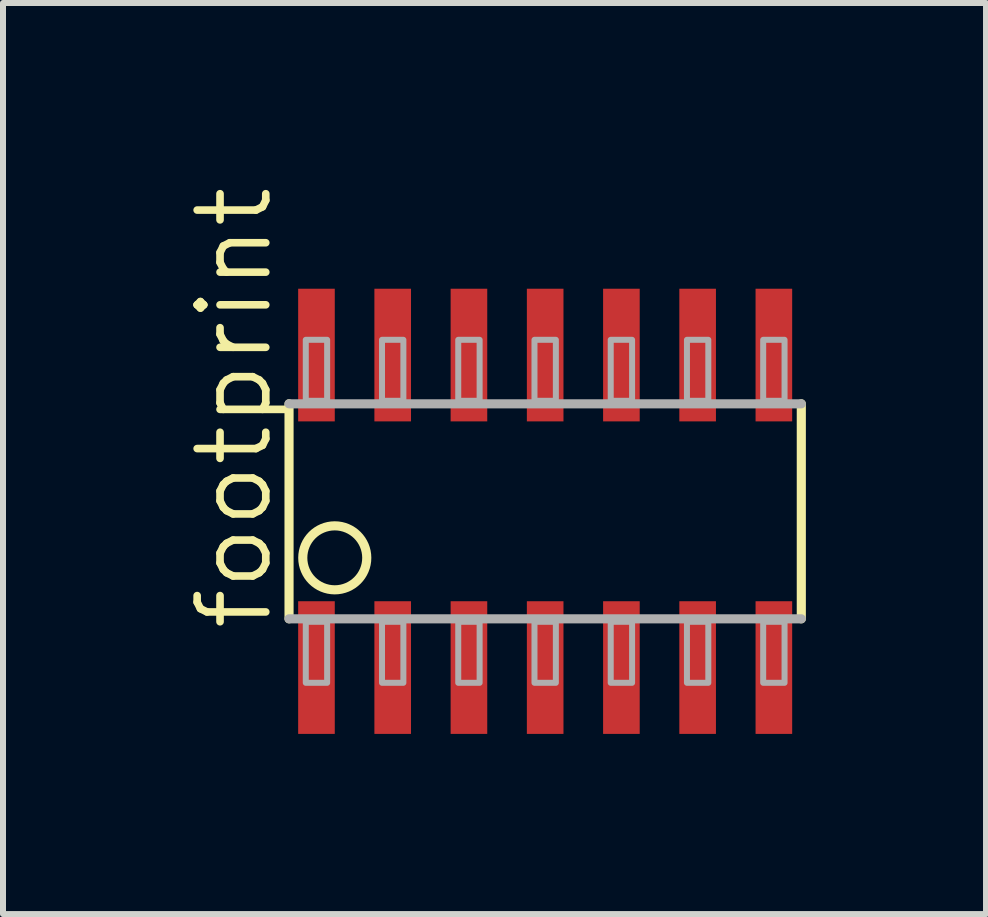
<source format=kicad_pcb>
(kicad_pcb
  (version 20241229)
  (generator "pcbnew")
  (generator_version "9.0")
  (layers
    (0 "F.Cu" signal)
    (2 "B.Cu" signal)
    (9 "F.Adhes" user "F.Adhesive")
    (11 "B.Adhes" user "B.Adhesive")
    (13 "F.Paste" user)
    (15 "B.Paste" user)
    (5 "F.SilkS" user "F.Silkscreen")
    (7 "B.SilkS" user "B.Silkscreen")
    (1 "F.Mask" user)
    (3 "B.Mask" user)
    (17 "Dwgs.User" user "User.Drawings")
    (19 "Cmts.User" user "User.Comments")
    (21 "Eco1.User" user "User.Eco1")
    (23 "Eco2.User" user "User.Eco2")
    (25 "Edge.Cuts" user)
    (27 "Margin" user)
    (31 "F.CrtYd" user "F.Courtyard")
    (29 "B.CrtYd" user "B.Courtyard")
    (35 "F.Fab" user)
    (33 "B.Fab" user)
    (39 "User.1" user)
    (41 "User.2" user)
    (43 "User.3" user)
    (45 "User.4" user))
  (footprint "footprint"
    (layer "F.Cu")
    (at 6.032 5.468)
    (property "Reference" "footprint" (at -4.508 2.032 90) (layer "F.SilkS") (effects (font (size 1.143 1.143) (thickness 0.127)) (justify left bottom)))
    (fp_line (start -4.267 -1.791) (end -4.267 1.791) (stroke (width 0.152) (type solid)) (layer "F.SilkS"))
    (fp_line (start 4.267 1.791) (end 4.267 -1.791) (stroke (width 0.152) (type solid)) (layer "F.SilkS"))
    (fp_circle (center -3.505 0.775) (end -2.972 0.775) (stroke (width 0.152) (type solid)) (fill no) (layer "F.SilkS"))
    (fp_line (start -4.267 1.791) (end 4.267 1.791) (stroke (width 0.152) (type solid)) (layer "F.Fab"))
    (fp_line (start 4.267 -1.791) (end -4.267 -1.791) (stroke (width 0.152) (type solid)) (layer "F.Fab"))
    (fp_poly (pts (xy -3.988 -1.841) (xy -3.632 -1.841) (xy -3.632 -2.857) (xy -3.988 -2.857)) (stroke (width 0.1) (type solid)) (fill no) (layer "F.Fab"))
    (fp_poly (pts (xy -3.988 2.857) (xy -3.632 2.857) (xy -3.632 1.841) (xy -3.988 1.841)) (stroke (width 0.1) (type solid)) (fill no) (layer "F.Fab"))
    (fp_poly (pts (xy -2.718 -1.841) (xy -2.362 -1.841) (xy -2.362 -2.857) (xy -2.718 -2.857)) (stroke (width 0.1) (type solid)) (fill no) (layer "F.Fab"))
    (fp_poly (pts (xy -2.718 2.857) (xy -2.362 2.857) (xy -2.362 1.841) (xy -2.718 1.841)) (stroke (width 0.1) (type solid)) (fill no) (layer "F.Fab"))
    (fp_poly (pts (xy -1.448 -1.841) (xy -1.092 -1.841) (xy -1.092 -2.857) (xy -1.448 -2.857)) (stroke (width 0.1) (type solid)) (fill no) (layer "F.Fab"))
    (fp_poly (pts (xy -1.448 2.857) (xy -1.092 2.857) (xy -1.092 1.841) (xy -1.448 1.841)) (stroke (width 0.1) (type solid)) (fill no) (layer "F.Fab"))
    (fp_poly (pts (xy -0.178 -1.841) (xy 0.178 -1.841) (xy 0.178 -2.857) (xy -0.178 -2.857)) (stroke (width 0.1) (type solid)) (fill no) (layer "F.Fab"))
    (fp_poly (pts (xy -0.178 2.857) (xy 0.178 2.857) (xy 0.178 1.841) (xy -0.178 1.841)) (stroke (width 0.1) (type solid)) (fill no) (layer "F.Fab"))
    (fp_poly (pts (xy 1.092 -1.841) (xy 1.448 -1.841) (xy 1.448 -2.857) (xy 1.092 -2.857)) (stroke (width 0.1) (type solid)) (fill no) (layer "F.Fab"))
    (fp_poly (pts (xy 1.092 2.857) (xy 1.448 2.857) (xy 1.448 1.841) (xy 1.092 1.841)) (stroke (width 0.1) (type solid)) (fill no) (layer "F.Fab"))
    (fp_poly (pts (xy 2.362 -1.841) (xy 2.718 -1.841) (xy 2.718 -2.857) (xy 2.362 -2.857)) (stroke (width 0.1) (type solid)) (fill no) (layer "F.Fab"))
    (fp_poly (pts (xy 2.362 2.857) (xy 2.718 2.857) (xy 2.718 1.841) (xy 2.362 1.841)) (stroke (width 0.1) (type solid)) (fill no) (layer "F.Fab"))
    (fp_poly (pts (xy 3.632 -1.841) (xy 3.988 -1.841) (xy 3.988 -2.857) (xy 3.632 -2.857)) (stroke (width 0.1) (type solid)) (fill no) (layer "F.Fab"))
    (fp_poly (pts (xy 3.632 2.857) (xy 3.988 2.857) (xy 3.988 1.841) (xy 3.632 1.841)) (stroke (width 0.1) (type solid)) (fill no) (layer "F.Fab"))
    (pad "1" smd rect (at -3.81 2.603) (size 0.61 2.21) (layers "F.Cu" "F.Mask" "F.Paste"))
    (pad "2" smd rect (at -2.54 2.603) (size 0.61 2.21) (layers "F.Cu" "F.Mask" "F.Paste"))
    (pad "3" smd rect (at -1.27 2.603) (size 0.61 2.21) (layers "F.Cu" "F.Mask" "F.Paste"))
    (pad "4" smd rect (at 0 2.603) (size 0.61 2.21) (layers "F.Cu" "F.Mask" "F.Paste"))
    (pad "5" smd rect (at 1.27 2.603) (size 0.61 2.21) (layers "F.Cu" "F.Mask" "F.Paste"))
    (pad "6" smd rect (at 2.54 2.603) (size 0.61 2.21) (layers "F.Cu" "F.Mask" "F.Paste"))
    (pad "7" smd rect (at 3.81 2.603) (size 0.61 2.21) (layers "F.Cu" "F.Mask" "F.Paste"))
    (pad "8" smd rect (at 3.81 -2.603) (size 0.61 2.21) (layers "F.Cu" "F.Mask" "F.Paste"))
    (pad "9" smd rect (at 2.54 -2.603) (size 0.61 2.21) (layers "F.Cu" "F.Mask" "F.Paste"))
    (pad "10" smd rect (at 1.27 -2.603) (size 0.61 2.21) (layers "F.Cu" "F.Mask" "F.Paste"))
    (pad "11" smd rect (at 0 -2.603) (size 0.61 2.21) (layers "F.Cu" "F.Mask" "F.Paste"))
    (pad "12" smd rect (at -1.27 -2.603) (size 0.61 2.21) (layers "F.Cu" "F.Mask" "F.Paste"))
    (pad "13" smd rect (at -2.54 -2.603) (size 0.61 2.21) (layers "F.Cu" "F.Mask" "F.Paste"))
    (pad "14" smd rect (at -3.81 -2.603) (size 0.61 2.21) (layers "F.Cu" "F.Mask" "F.Paste")))
  (gr_rect
    (start -3 -3)
    (end 13.376 12.177)
    (stroke (width 0.1) (type default))
    (fill no)
    (layer "Edge.Cuts")))
</source>
